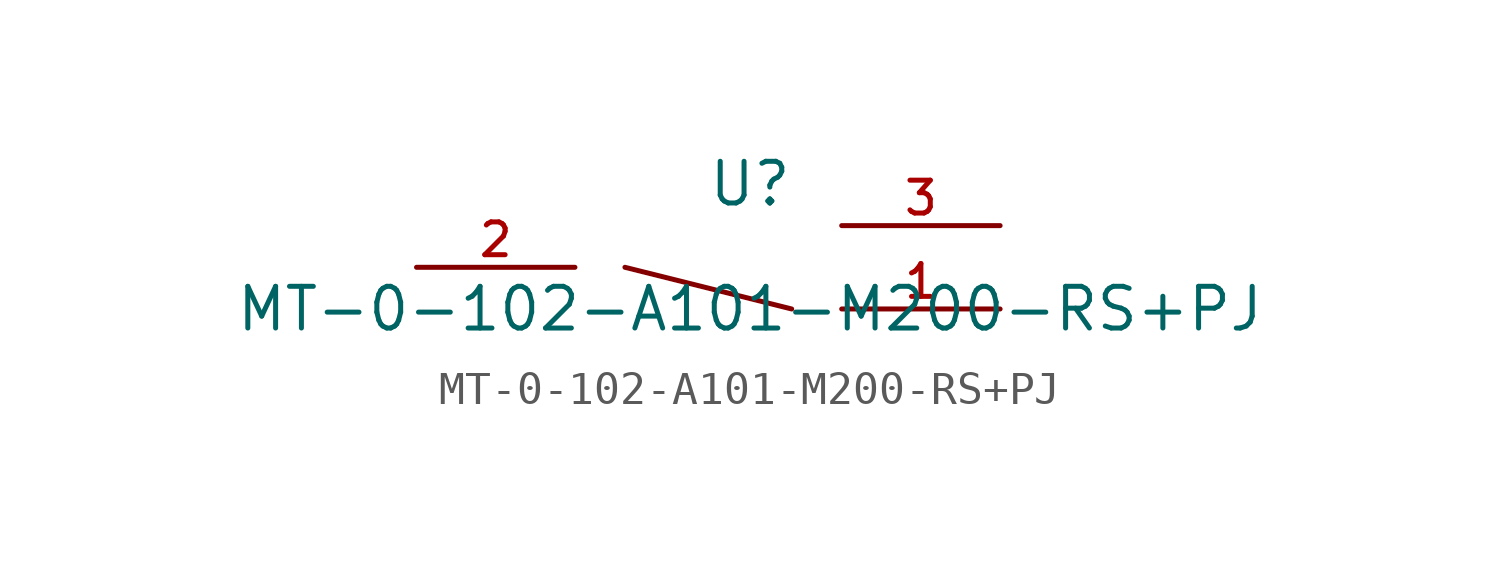
<source format=kicad_sym>
(kicad_symbol_lib
  (version 20210201)
  (generator TousstNicolas/JLC2KiCad_lib)
  (symbol "MT-0-102-A101-M200-RS+PJ"
    (pin_names hide)
    (property "Reference" "U"
      (at 0 1.27 0)
      (effects (font (size 1.27 1.27))))
    (property "Value" "MT-0-102-A101-M200-RS+PJ"
      (at 0 -2.54 0)
      (effects (font (size 1.27 1.27))))
    (symbol "MT-0-102-A101-M200-RS+PJ_0_1"
      (pin unspecified line (at -10.16 -1.27 0) (length 4.826) (name "2" (effects (font (size 1 1)))) (number "2" (effects (font (size 1 1)))))
      (pin unspecified line (at 7.62 -2.54 180) (length 4.826) (name "1" (effects (font (size 1 1)))) (number "1" (effects (font (size 1 1)))))
      (pin unspecified line (at 7.62 -0.0 180) (length 4.826) (name "3" (effects (font (size 1 1)))) (number "3" (effects (font (size 1 1)))))
      (polyline (pts (xy -3.81 -1.27) (xy 1.27 -2.54)) (stroke (width 0) (type default) (color 0 0 0 0)) (fill (type none))))))
</source>
